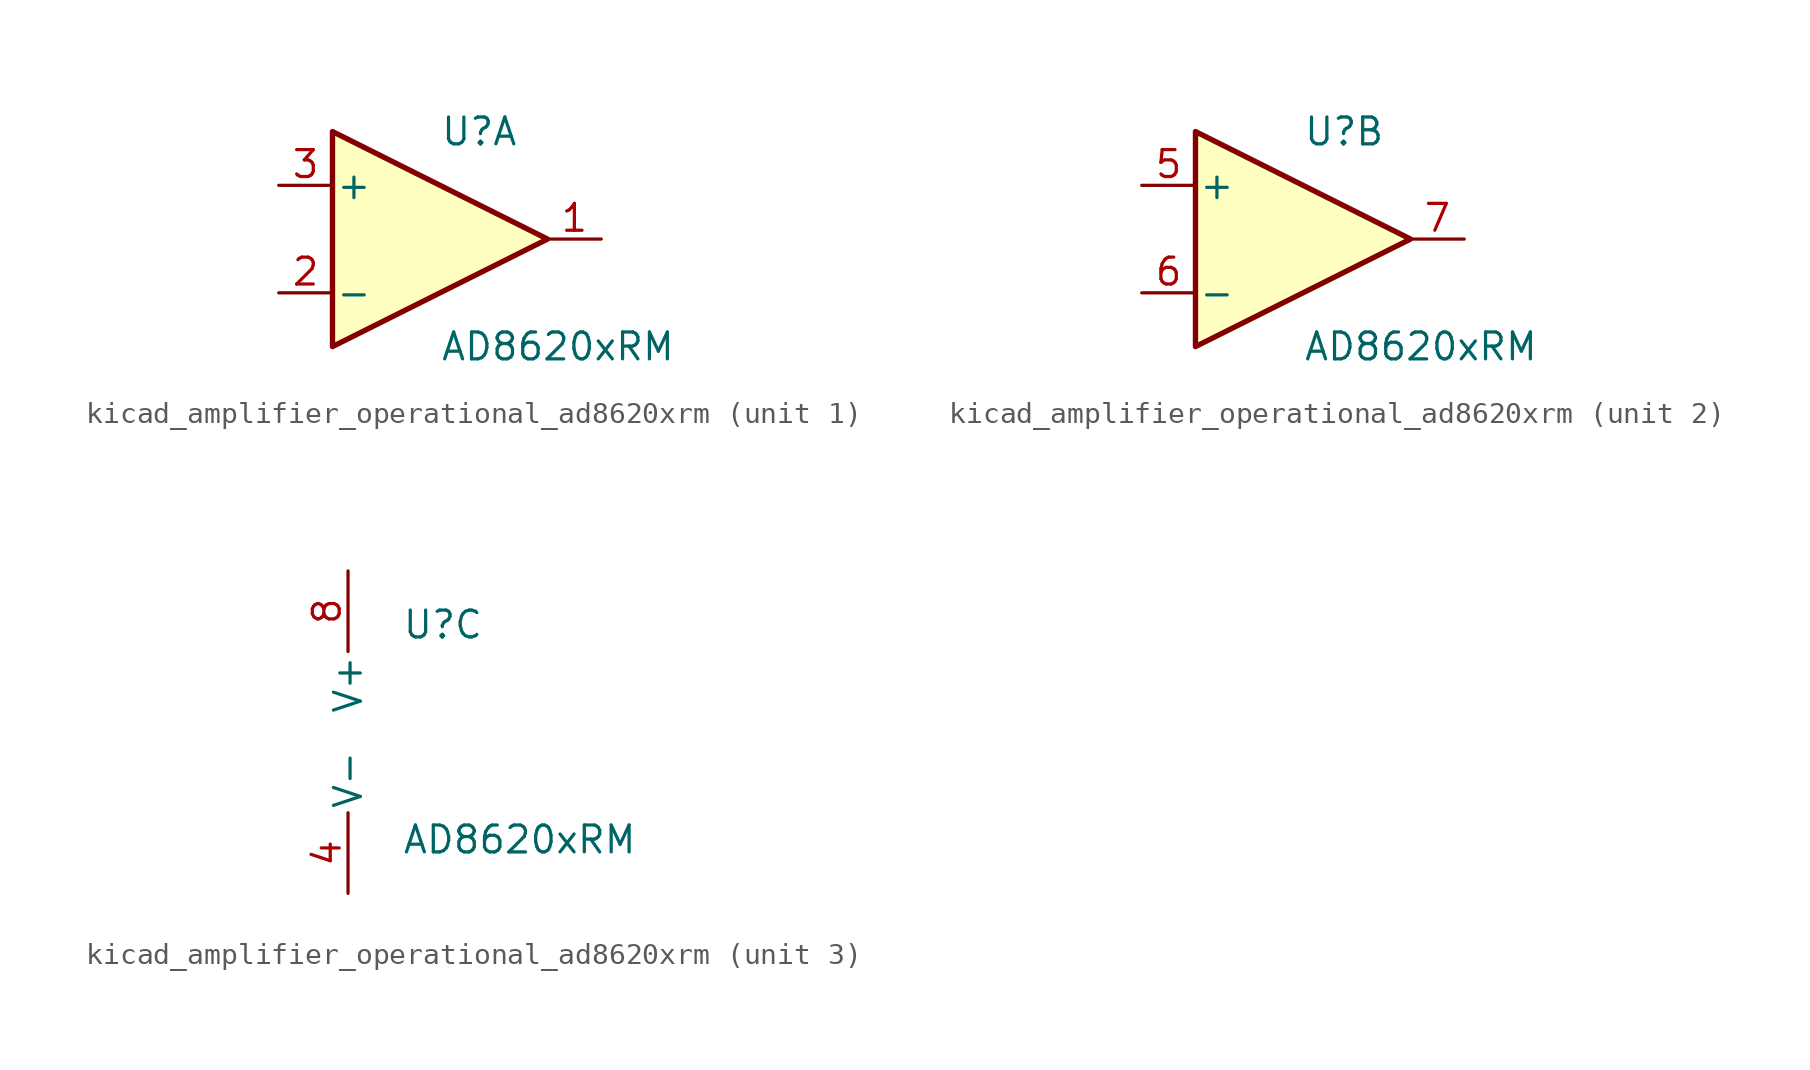
<source format=kicad_sym>
(kicad_symbol_lib
  (version 20220914)
  (generator kicad_symbol_editor)
  (symbol "kicad_amplifier_operational_ad8620xrm"
    (pin_names
      (offset 0.127))
    (property "Reference" "U"
      (at 0 5.08 0)
      (effects (font (size 1.27 1.27)) (justify left)))
    (property "Value" "AD8620xRM"
      (at 0 -5.08 0)
      (effects (font (size 1.27 1.27)) (justify left)))
    (property "ki_locked" ""
      (at 0 0 0)
      (effects (font (size 1.27 1.27))))
    (symbol "kicad_amplifier_operational_ad8620xrm_1_1"
      (polyline (pts (xy -5.08 5.08) (xy 5.08 0) (xy -5.08 -5.08) (xy -5.08 5.08)) (stroke (width 0.254) (type default)) (fill (type background)))
      (pin output line (at 7.62 0 180) (length 2.54) (name "~" (effects (font (size 1.27 1.27)))) (number "1" (effects (font (size 1.27 1.27)))))
      (pin input line (at -7.62 -2.54 0) (length 2.54) (name "-" (effects (font (size 1.27 1.27)))) (number "2" (effects (font (size 1.27 1.27)))))
      (pin input line (at -7.62 2.54 0) (length 2.54) (name "+" (effects (font (size 1.27 1.27)))) (number "3" (effects (font (size 1.27 1.27))))))
    (symbol "kicad_amplifier_operational_ad8620xrm_2_1"
      (polyline (pts (xy -5.08 5.08) (xy 5.08 0) (xy -5.08 -5.08) (xy -5.08 5.08)) (stroke (width 0.254) (type default)) (fill (type background)))
      (pin input line (at -7.62 2.54 0) (length 2.54) (name "+" (effects (font (size 1.27 1.27)))) (number "5" (effects (font (size 1.27 1.27)))))
      (pin input line (at -7.62 -2.54 0) (length 2.54) (name "-" (effects (font (size 1.27 1.27)))) (number "6" (effects (font (size 1.27 1.27)))))
      (pin output line (at 7.62 0 180) (length 2.54) (name "~" (effects (font (size 1.27 1.27)))) (number "7" (effects (font (size 1.27 1.27))))))
    (symbol "kicad_amplifier_operational_ad8620xrm_3_1"
      (pin power_in line (at -2.54 -7.62 90) (length 3.81) (name "V-" (effects (font (size 1.27 1.27)))) (number "4" (effects (font (size 1.27 1.27)))))
      (pin power_in line (at -2.54 7.62 270) (length 3.81) (name "V+" (effects (font (size 1.27 1.27)))) (number "8" (effects (font (size 1.27 1.27))))))))
</source>
